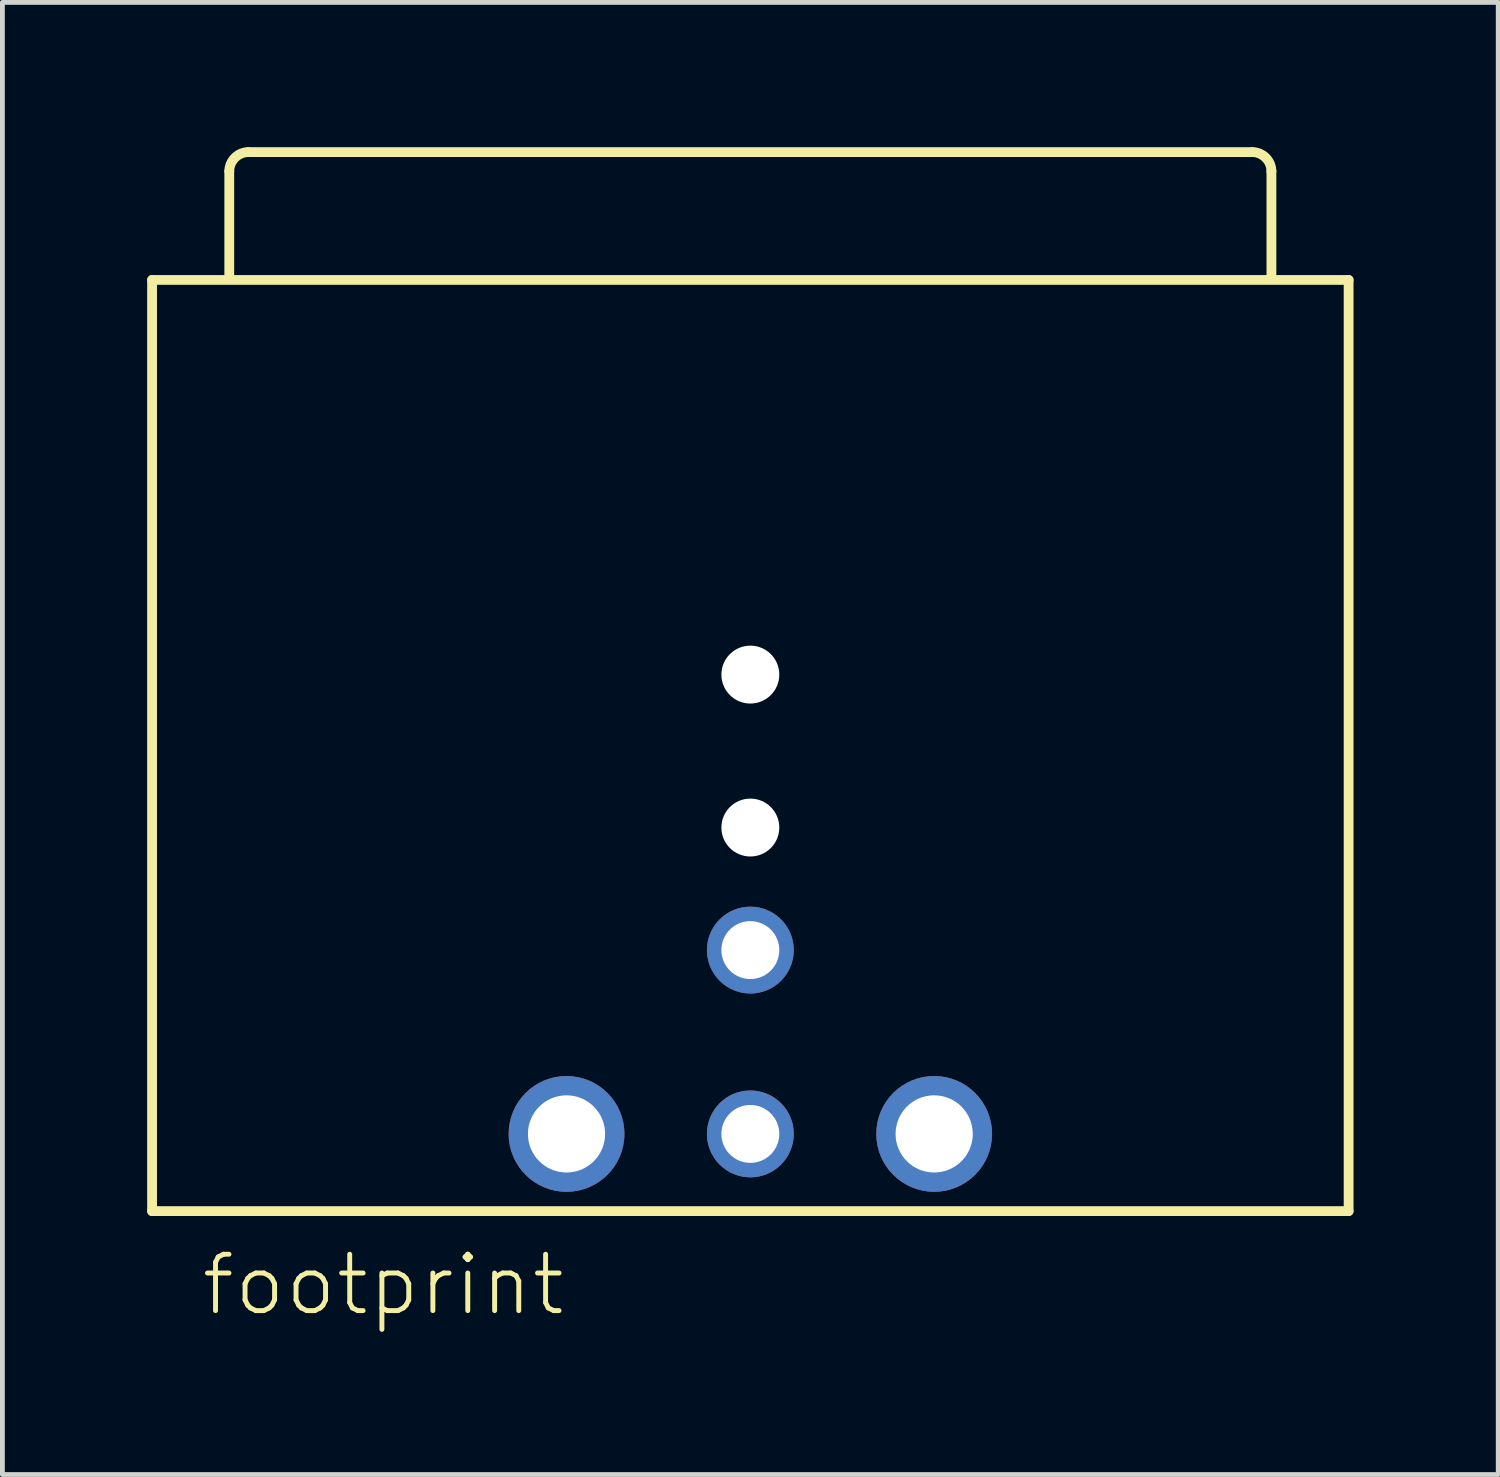
<source format=kicad_pcb>
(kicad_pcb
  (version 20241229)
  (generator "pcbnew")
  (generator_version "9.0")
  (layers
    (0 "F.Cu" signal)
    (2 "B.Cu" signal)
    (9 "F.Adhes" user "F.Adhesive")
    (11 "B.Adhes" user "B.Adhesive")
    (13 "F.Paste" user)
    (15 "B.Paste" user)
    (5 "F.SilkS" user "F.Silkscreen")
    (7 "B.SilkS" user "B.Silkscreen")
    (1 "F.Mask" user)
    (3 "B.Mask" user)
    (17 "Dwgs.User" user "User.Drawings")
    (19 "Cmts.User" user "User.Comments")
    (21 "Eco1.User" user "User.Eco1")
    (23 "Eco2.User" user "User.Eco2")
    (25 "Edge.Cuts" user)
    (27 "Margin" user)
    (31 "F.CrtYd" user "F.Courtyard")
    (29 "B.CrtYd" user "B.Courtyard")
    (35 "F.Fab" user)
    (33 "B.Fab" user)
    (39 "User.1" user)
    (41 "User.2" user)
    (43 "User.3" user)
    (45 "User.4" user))
  (footprint "footprint"
    (layer "F.Cu")
    (at 12.502 20.452)
    (property "Reference" "footprint" (at -11.43 3.81 0) (layer "F.SilkS") (effects (font (size 1.168 1.168) (thickness 0.102)) (justify left bottom)))
    (fp_line (start -12.4 -17.7) (end 12.4 -17.7) (stroke (width 0.203) (type solid)) (layer "F.SilkS"))
    (fp_line (start -12.4 1.6) (end -12.4 -17.7) (stroke (width 0.203) (type solid)) (layer "F.SilkS"))
    (fp_line (start -10.8 -17.8) (end -10.8 -19.95) (stroke (width 0.203) (type solid)) (layer "F.SilkS"))
    (fp_line (start -10.4 -20.35) (end 10.4 -20.35) (stroke (width 0.203) (type solid)) (layer "F.SilkS"))
    (fp_line (start 10.8 -19.95) (end 10.8 -17.8) (stroke (width 0.203) (type solid)) (layer "F.SilkS"))
    (fp_line (start 12.4 -17.7) (end 12.4 1.6) (stroke (width 0.203) (type solid)) (layer "F.SilkS"))
    (fp_line (start 12.4 1.6) (end -12.4 1.6) (stroke (width 0.203) (type solid)) (layer "F.SilkS"))
    (fp_arc (start -10.8 -19.95) (mid -10.682843 -20.232843) (end -10.4 -20.35) (stroke (width 0.2032) (type solid)) (layer "F.SilkS"))
    (fp_arc (start 10.4 -20.35) (mid 10.682843 -20.232843) (end 10.8 -19.95) (stroke (width 0.2032) (type solid)) (layer "F.SilkS"))
    (pad "" np_thru_hole circle (at 0 -9.52) (size 1.2 1.2) (drill 1.2) (layers "*.Cu" "*.Mask"))
    (pad "" np_thru_hole circle (at 0 -6.35) (size 1.2 1.2) (drill 1.2) (layers "*.Cu" "*.Mask"))
    (pad "1" thru_hole circle (at -3.81 0) (size 2.4 2.4) (drill 1.6) (layers "*.Cu" "*.Mask"))
    (pad "2" thru_hole circle (at 0 0) (size 1.8 1.8) (drill 1.2) (layers "*.Cu" "*.Mask"))
    (pad "3" thru_hole circle (at 3.81 0) (size 2.4 2.4) (drill 1.6) (layers "*.Cu" "*.Mask"))
    (pad "G" thru_hole circle (at 0 -3.81) (size 1.8 1.8) (drill 1.2) (layers "*.Cu" "*.Mask")))
  (gr_rect
    (start -3 -3)
    (end 28.003 27.512)
    (stroke (width 0.1) (type default))
    (fill no)
    (layer "Edge.Cuts")))
</source>
